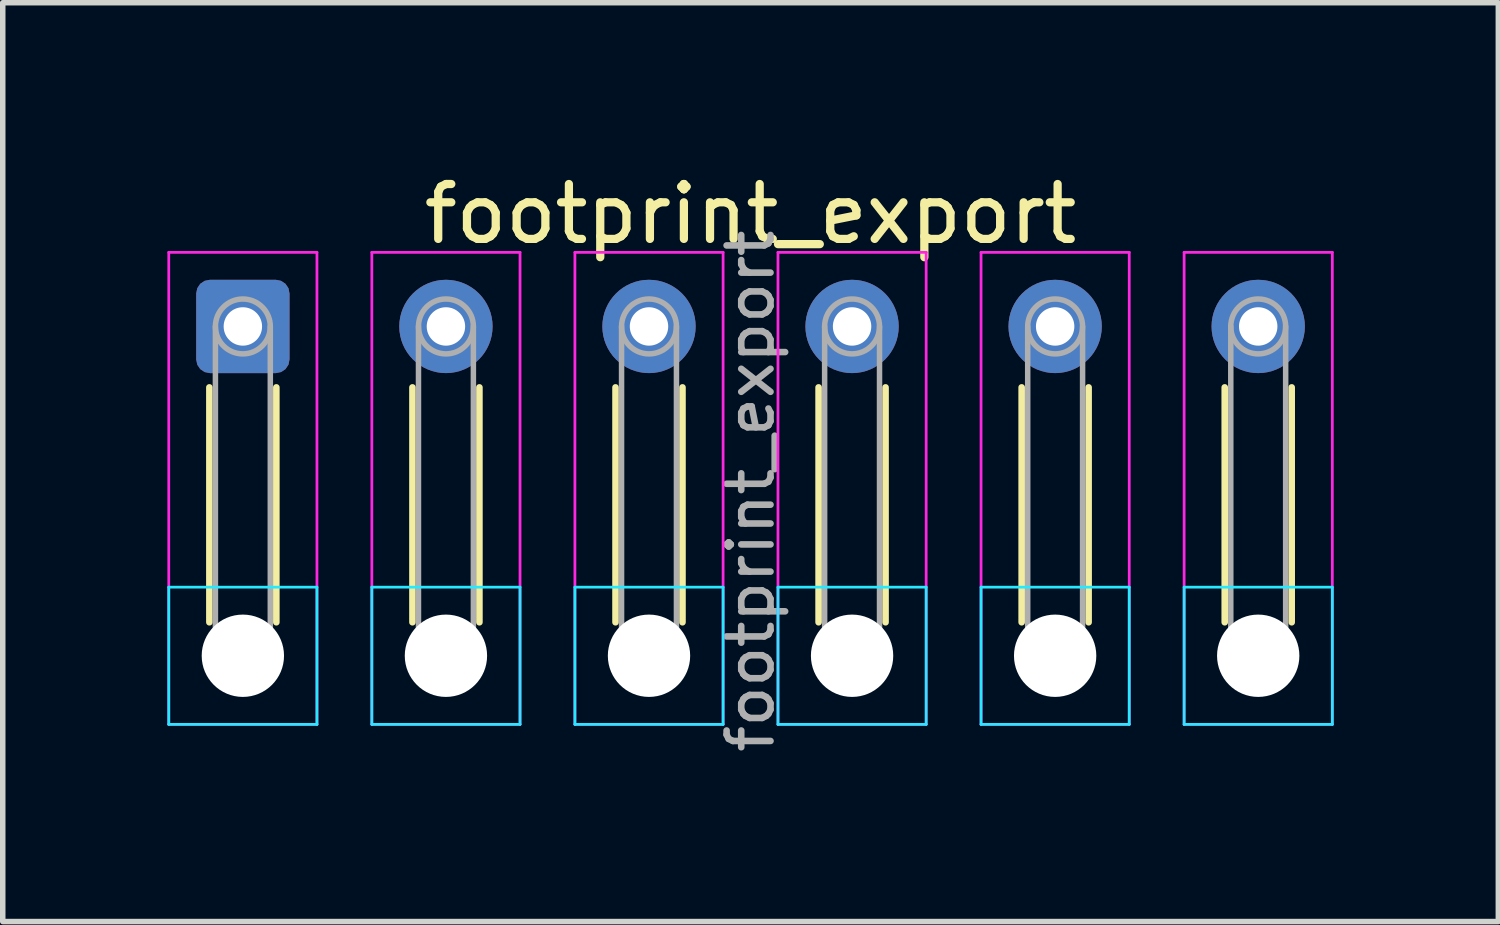
<source format=kicad_pcb>
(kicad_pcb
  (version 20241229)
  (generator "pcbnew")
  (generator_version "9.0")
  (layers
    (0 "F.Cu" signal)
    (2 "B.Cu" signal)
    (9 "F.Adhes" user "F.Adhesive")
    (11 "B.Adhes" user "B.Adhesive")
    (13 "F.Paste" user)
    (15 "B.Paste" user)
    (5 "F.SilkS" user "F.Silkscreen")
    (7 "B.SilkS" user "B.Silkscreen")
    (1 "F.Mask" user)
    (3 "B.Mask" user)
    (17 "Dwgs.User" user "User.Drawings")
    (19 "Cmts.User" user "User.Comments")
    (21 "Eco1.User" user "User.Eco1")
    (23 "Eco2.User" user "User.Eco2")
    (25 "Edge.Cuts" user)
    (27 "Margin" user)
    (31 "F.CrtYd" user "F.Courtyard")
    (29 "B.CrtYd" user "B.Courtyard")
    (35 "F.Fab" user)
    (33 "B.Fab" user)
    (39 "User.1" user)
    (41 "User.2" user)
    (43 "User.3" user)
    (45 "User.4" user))
  (footprint "footprint_export"
    (layer "F.Cu")
    (at 1.375 2.898)
    (property "Reference" "footprint_export" (at 9.25 -2.05 0) (layer "F.SilkS") (effects (font (size 1 1) (thickness 0.15))))
    (attr exclude_from_pos_files exclude_from_bom)
    (fp_line (start -0.61 1.11) (end -0.61 5.39) (stroke (width 0.12) (type solid)) (layer "F.SilkS"))
    (fp_line (start 0.61 1.11) (end 0.61 5.39) (stroke (width 0.12) (type solid)) (layer "F.SilkS"))
    (fp_line (start 3.09 1.11) (end 3.09 5.39) (stroke (width 0.12) (type solid)) (layer "F.SilkS"))
    (fp_line (start 4.31 1.11) (end 4.31 5.39) (stroke (width 0.12) (type solid)) (layer "F.SilkS"))
    (fp_line (start 6.79 1.11) (end 6.79 5.39) (stroke (width 0.12) (type solid)) (layer "F.SilkS"))
    (fp_line (start 8.01 1.11) (end 8.01 5.39) (stroke (width 0.12) (type solid)) (layer "F.SilkS"))
    (fp_line (start 10.49 1.11) (end 10.49 5.39) (stroke (width 0.12) (type solid)) (layer "F.SilkS"))
    (fp_line (start 11.71 1.11) (end 11.71 5.39) (stroke (width 0.12) (type solid)) (layer "F.SilkS"))
    (fp_line (start 14.19 1.11) (end 14.19 5.39) (stroke (width 0.12) (type solid)) (layer "F.SilkS"))
    (fp_line (start 15.41 1.11) (end 15.41 5.39) (stroke (width 0.12) (type solid)) (layer "F.SilkS"))
    (fp_line (start 17.89 1.11) (end 17.89 5.39) (stroke (width 0.12) (type solid)) (layer "F.SilkS"))
    (fp_line (start 19.11 1.11) (end 19.11 5.39) (stroke (width 0.12) (type solid)) (layer "F.SilkS"))
    (fp_line (start -1.35 4.75) (end -1.35 7.25) (stroke (width 0.05) (type solid)) (layer "B.CrtYd"))
    (fp_line (start -1.35 7.25) (end 1.35 7.25) (stroke (width 0.05) (type solid)) (layer "B.CrtYd"))
    (fp_line (start 1.35 4.75) (end -1.35 4.75) (stroke (width 0.05) (type solid)) (layer "B.CrtYd"))
    (fp_line (start 1.35 7.25) (end 1.35 4.75) (stroke (width 0.05) (type solid)) (layer "B.CrtYd"))
    (fp_line (start 2.35 4.75) (end 2.35 7.25) (stroke (width 0.05) (type solid)) (layer "B.CrtYd"))
    (fp_line (start 2.35 7.25) (end 5.05 7.25) (stroke (width 0.05) (type solid)) (layer "B.CrtYd"))
    (fp_line (start 5.05 4.75) (end 2.35 4.75) (stroke (width 0.05) (type solid)) (layer "B.CrtYd"))
    (fp_line (start 5.05 7.25) (end 5.05 4.75) (stroke (width 0.05) (type solid)) (layer "B.CrtYd"))
    (fp_line (start 6.05 4.75) (end 6.05 7.25) (stroke (width 0.05) (type solid)) (layer "B.CrtYd"))
    (fp_line (start 6.05 7.25) (end 8.75 7.25) (stroke (width 0.05) (type solid)) (layer "B.CrtYd"))
    (fp_line (start 8.75 4.75) (end 6.05 4.75) (stroke (width 0.05) (type solid)) (layer "B.CrtYd"))
    (fp_line (start 8.75 7.25) (end 8.75 4.75) (stroke (width 0.05) (type solid)) (layer "B.CrtYd"))
    (fp_line (start 9.75 4.75) (end 9.75 7.25) (stroke (width 0.05) (type solid)) (layer "B.CrtYd"))
    (fp_line (start 9.75 7.25) (end 12.45 7.25) (stroke (width 0.05) (type solid)) (layer "B.CrtYd"))
    (fp_line (start 12.45 4.75) (end 9.75 4.75) (stroke (width 0.05) (type solid)) (layer "B.CrtYd"))
    (fp_line (start 12.45 7.25) (end 12.45 4.75) (stroke (width 0.05) (type solid)) (layer "B.CrtYd"))
    (fp_line (start 13.45 4.75) (end 13.45 7.25) (stroke (width 0.05) (type solid)) (layer "B.CrtYd"))
    (fp_line (start 13.45 7.25) (end 16.15 7.25) (stroke (width 0.05) (type solid)) (layer "B.CrtYd"))
    (fp_line (start 16.15 4.75) (end 13.45 4.75) (stroke (width 0.05) (type solid)) (layer "B.CrtYd"))
    (fp_line (start 16.15 7.25) (end 16.15 4.75) (stroke (width 0.05) (type solid)) (layer "B.CrtYd"))
    (fp_line (start 17.15 4.75) (end 17.15 7.25) (stroke (width 0.05) (type solid)) (layer "B.CrtYd"))
    (fp_line (start 17.15 7.25) (end 19.85 7.25) (stroke (width 0.05) (type solid)) (layer "B.CrtYd"))
    (fp_line (start 19.85 4.75) (end 17.15 4.75) (stroke (width 0.05) (type solid)) (layer "B.CrtYd"))
    (fp_line (start 19.85 7.25) (end 19.85 4.75) (stroke (width 0.05) (type solid)) (layer "B.CrtYd"))
    (fp_line (start -1.35 -1.35) (end -1.35 7.25) (stroke (width 0.05) (type solid)) (layer "F.CrtYd"))
    (fp_line (start -1.35 7.25) (end 1.35 7.25) (stroke (width 0.05) (type solid)) (layer "F.CrtYd"))
    (fp_line (start 1.35 -1.35) (end -1.35 -1.35) (stroke (width 0.05) (type solid)) (layer "F.CrtYd"))
    (fp_line (start 1.35 7.25) (end 1.35 -1.35) (stroke (width 0.05) (type solid)) (layer "F.CrtYd"))
    (fp_line (start 2.35 -1.35) (end 2.35 7.25) (stroke (width 0.05) (type solid)) (layer "F.CrtYd"))
    (fp_line (start 2.35 7.25) (end 5.05 7.25) (stroke (width 0.05) (type solid)) (layer "F.CrtYd"))
    (fp_line (start 5.05 -1.35) (end 2.35 -1.35) (stroke (width 0.05) (type solid)) (layer "F.CrtYd"))
    (fp_line (start 5.05 7.25) (end 5.05 -1.35) (stroke (width 0.05) (type solid)) (layer "F.CrtYd"))
    (fp_line (start 6.05 -1.35) (end 6.05 7.25) (stroke (width 0.05) (type solid)) (layer "F.CrtYd"))
    (fp_line (start 6.05 7.25) (end 8.75 7.25) (stroke (width 0.05) (type solid)) (layer "F.CrtYd"))
    (fp_line (start 8.75 -1.35) (end 6.05 -1.35) (stroke (width 0.05) (type solid)) (layer "F.CrtYd"))
    (fp_line (start 8.75 7.25) (end 8.75 -1.35) (stroke (width 0.05) (type solid)) (layer "F.CrtYd"))
    (fp_line (start 9.75 -1.35) (end 9.75 7.25) (stroke (width 0.05) (type solid)) (layer "F.CrtYd"))
    (fp_line (start 9.75 7.25) (end 12.45 7.25) (stroke (width 0.05) (type solid)) (layer "F.CrtYd"))
    (fp_line (start 12.45 -1.35) (end 9.75 -1.35) (stroke (width 0.05) (type solid)) (layer "F.CrtYd"))
    (fp_line (start 12.45 7.25) (end 12.45 -1.35) (stroke (width 0.05) (type solid)) (layer "F.CrtYd"))
    (fp_line (start 13.45 -1.35) (end 13.45 7.25) (stroke (width 0.05) (type solid)) (layer "F.CrtYd"))
    (fp_line (start 13.45 7.25) (end 16.15 7.25) (stroke (width 0.05) (type solid)) (layer "F.CrtYd"))
    (fp_line (start 16.15 -1.35) (end 13.45 -1.35) (stroke (width 0.05) (type solid)) (layer "F.CrtYd"))
    (fp_line (start 16.15 7.25) (end 16.15 -1.35) (stroke (width 0.05) (type solid)) (layer "F.CrtYd"))
    (fp_line (start 17.15 -1.35) (end 17.15 7.25) (stroke (width 0.05) (type solid)) (layer "F.CrtYd"))
    (fp_line (start 17.15 7.25) (end 19.85 7.25) (stroke (width 0.05) (type solid)) (layer "F.CrtYd"))
    (fp_line (start 19.85 -1.35) (end 17.15 -1.35) (stroke (width 0.05) (type solid)) (layer "F.CrtYd"))
    (fp_line (start 19.85 7.25) (end 19.85 -1.35) (stroke (width 0.05) (type solid)) (layer "F.CrtYd"))
    (fp_line (start -0.5 0) (end -0.5 6) (stroke (width 0.1) (type solid)) (layer "F.Fab"))
    (fp_line (start 0.5 0) (end 0.5 6) (stroke (width 0.1) (type solid)) (layer "F.Fab"))
    (fp_line (start 3.2 0) (end 3.2 6) (stroke (width 0.1) (type solid)) (layer "F.Fab"))
    (fp_line (start 4.2 0) (end 4.2 6) (stroke (width 0.1) (type solid)) (layer "F.Fab"))
    (fp_line (start 6.9 0) (end 6.9 6) (stroke (width 0.1) (type solid)) (layer "F.Fab"))
    (fp_line (start 7.9 0) (end 7.9 6) (stroke (width 0.1) (type solid)) (layer "F.Fab"))
    (fp_line (start 10.6 0) (end 10.6 6) (stroke (width 0.1) (type solid)) (layer "F.Fab"))
    (fp_line (start 11.6 0) (end 11.6 6) (stroke (width 0.1) (type solid)) (layer "F.Fab"))
    (fp_line (start 14.3 0) (end 14.3 6) (stroke (width 0.1) (type solid)) (layer "F.Fab"))
    (fp_line (start 15.3 0) (end 15.3 6) (stroke (width 0.1) (type solid)) (layer "F.Fab"))
    (fp_line (start 18 0) (end 18 6) (stroke (width 0.1) (type solid)) (layer "F.Fab"))
    (fp_line (start 19 0) (end 19 6) (stroke (width 0.1) (type solid)) (layer "F.Fab"))
    (fp_circle (center 0 0) (end 0.5 0) (stroke (width 0.1) (type solid)) (fill no) (layer "F.Fab"))
    (fp_circle (center 0 6) (end 0.5 6) (stroke (width 0.1) (type solid)) (fill no) (layer "F.Fab"))
    (fp_circle (center 3.7 0) (end 4.2 0) (stroke (width 0.1) (type solid)) (fill no) (layer "F.Fab"))
    (fp_circle (center 3.7 6) (end 4.2 6) (stroke (width 0.1) (type solid)) (fill no) (layer "F.Fab"))
    (fp_circle (center 7.4 0) (end 7.9 0) (stroke (width 0.1) (type solid)) (fill no) (layer "F.Fab"))
    (fp_circle (center 7.4 6) (end 7.9 6) (stroke (width 0.1) (type solid)) (fill no) (layer "F.Fab"))
    (fp_circle (center 11.1 0) (end 11.6 0) (stroke (width 0.1) (type solid)) (fill no) (layer "F.Fab"))
    (fp_circle (center 11.1 6) (end 11.6 6) (stroke (width 0.1) (type solid)) (fill no) (layer "F.Fab"))
    (fp_circle (center 14.8 0) (end 15.3 0) (stroke (width 0.1) (type solid)) (fill no) (layer "F.Fab"))
    (fp_circle (center 14.8 6) (end 15.3 6) (stroke (width 0.1) (type solid)) (fill no) (layer "F.Fab"))
    (fp_circle (center 18.5 0) (end 19 0) (stroke (width 0.1) (type solid)) (fill no) (layer "F.Fab"))
    (fp_circle (center 18.5 6) (end 19 6) (stroke (width 0.1) (type solid)) (fill no) (layer "F.Fab"))
    (fp_text user "${REFERENCE}" (at 9.25 3 90) (layer "F.Fab") (effects (font (size 0.8 0.8) (thickness 0.12))))
    (pad "" np_thru_hole circle (at 0 6) (size 1.5 1.5) (drill 1.5) (layers "*.Cu" "*.Mask"))
    (pad "" np_thru_hole circle (at 3.7 6) (size 1.5 1.5) (drill 1.5) (layers "*.Cu" "*.Mask"))
    (pad "" np_thru_hole circle (at 7.4 6) (size 1.5 1.5) (drill 1.5) (layers "*.Cu" "*.Mask"))
    (pad "" np_thru_hole circle (at 11.1 6) (size 1.5 1.5) (drill 1.5) (layers "*.Cu" "*.Mask"))
    (pad "" np_thru_hole circle (at 14.8 6) (size 1.5 1.5) (drill 1.5) (layers "*.Cu" "*.Mask"))
    (pad "" np_thru_hole circle (at 18.5 6) (size 1.5 1.5) (drill 1.5) (layers "*.Cu" "*.Mask"))
    (pad "1" thru_hole roundrect (at 0 0) (size 1.7 1.7) (drill 0.7) (layers "*.Cu" "*.Mask") (roundrect_rratio 0.147))
    (pad "2" thru_hole circle (at 3.7 0) (size 1.7 1.7) (drill 0.7) (layers "*.Cu" "*.Mask"))
    (pad "3" thru_hole circle (at 7.4 0) (size 1.7 1.7) (drill 0.7) (layers "*.Cu" "*.Mask"))
    (pad "4" thru_hole circle (at 11.1 0) (size 1.7 1.7) (drill 0.7) (layers "*.Cu" "*.Mask"))
    (pad "5" thru_hole circle (at 14.8 0) (size 1.7 1.7) (drill 0.7) (layers "*.Cu" "*.Mask"))
    (pad "6" thru_hole circle (at 18.5 0) (size 1.7 1.7) (drill 0.7) (layers "*.Cu" "*.Mask")))
  (gr_rect
    (start -3 -3)
    (end 24.25 13.741)
    (stroke (width 0.1) (type default))
    (fill no)
    (layer "Edge.Cuts")))
</source>
